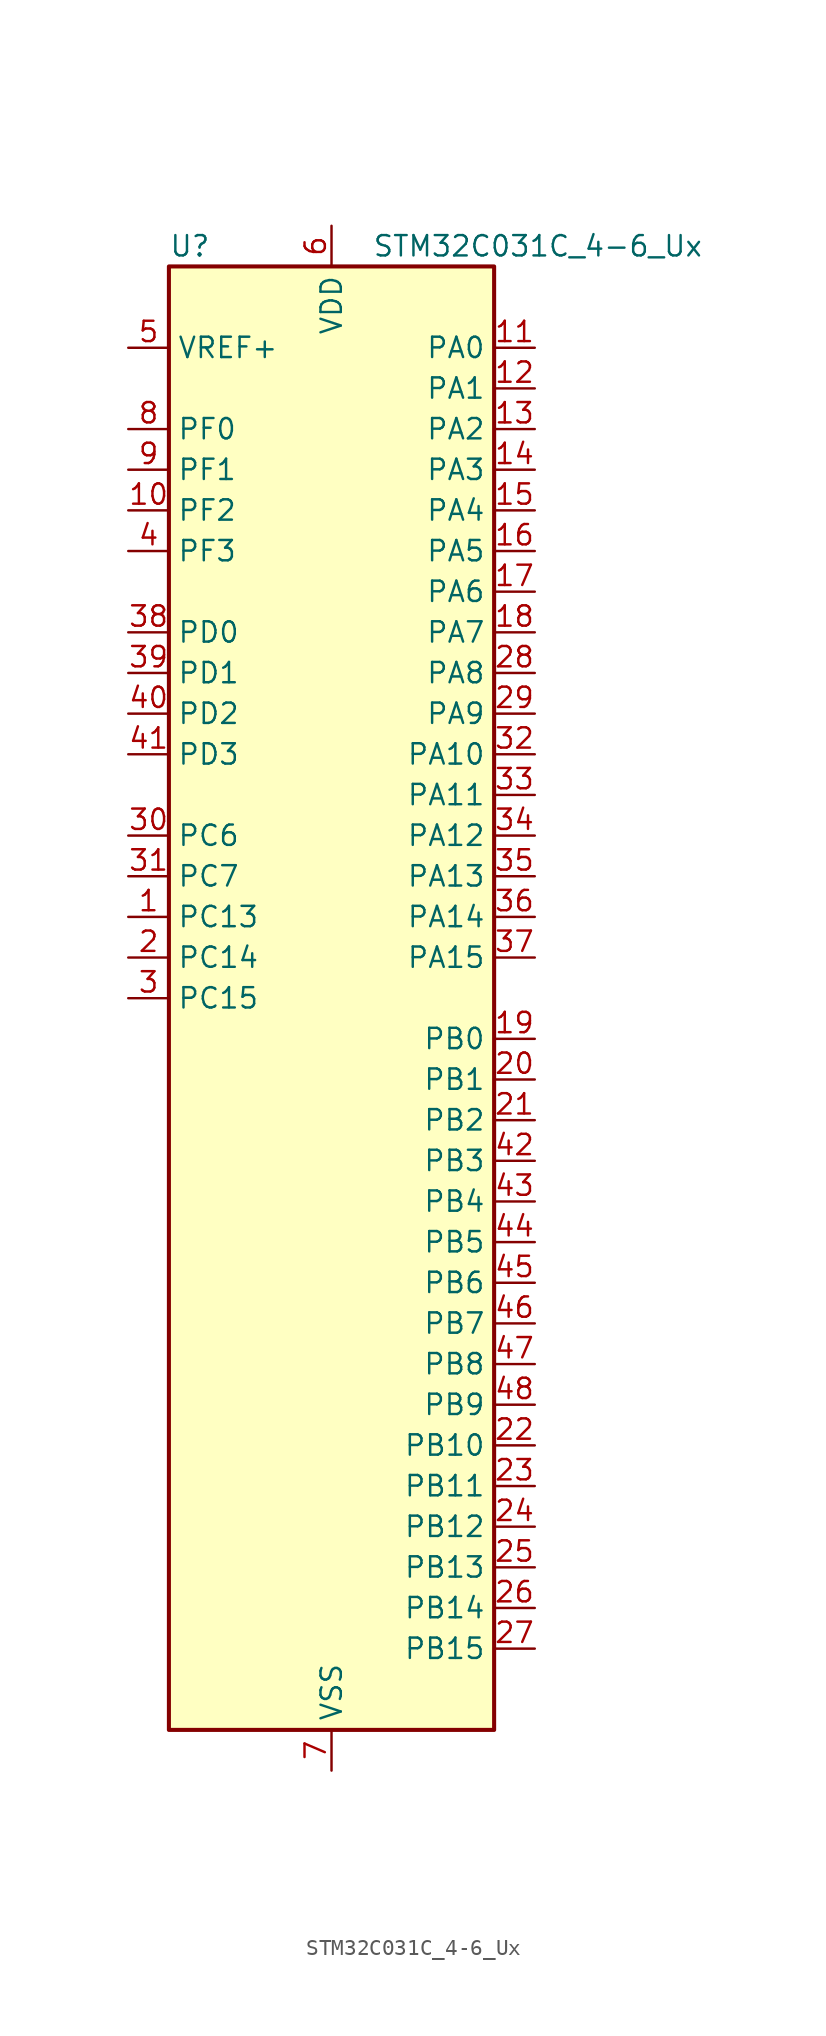
<source format=kicad_sym>
(kicad_symbol_lib
  (version 20241209)
  (generator "kicad_symbol_editor")
  (generator_version "9.0")
  (symbol "STM32C031C_4-6_Ux"
    (property "Reference" "U"
      (at -10.16 46.99 0)
      (effects (font (size 1.27 1.27)) (justify left)))
    (property "Value" "STM32C031C_4-6_Ux"
      (at 2.54 46.99 0)
      (effects (font (size 1.27 1.27)) (justify left)))
    (symbol "STM32C031C_4-6_Ux_0_1"
      (rectangle (start -10.16 -45.72) (end 10.16 45.72) (stroke (width 0.254) (type default)) (fill (type background))))
    (symbol "STM32C031C_4-6_Ux_1_1"
      (pin input line (at -12.7 40.64 0) (length 2.54) (name "VREF+" (effects (font (size 1.27 1.27)))) (number "5" (effects (font (size 1.27 1.27)))))
      (pin bidirectional line (at -12.7 35.56 0) (length 2.54) (name "PF0" (effects (font (size 1.27 1.27)))) (number "8" (effects (font (size 1.27 1.27)))) (alternate "RCC_OSC_IN" bidirectional line) (alternate "TIM14_CH1" bidirectional line))
      (pin bidirectional line (at -12.7 33.02 0) (length 2.54) (name "PF1" (effects (font (size 1.27 1.27)))) (number "9" (effects (font (size 1.27 1.27)))) (alternate "RCC_OSC_EN" bidirectional line) (alternate "RCC_OSC_OUT" bidirectional line))
      (pin bidirectional line (at -12.7 30.48 0) (length 2.54) (name "PF2" (effects (font (size 1.27 1.27)))) (number "10" (effects (font (size 1.27 1.27)))) (alternate "RCC_MCO" bidirectional line) (alternate "TIM1_CH4" bidirectional line))
      (pin bidirectional line (at -12.7 27.94 0) (length 2.54) (name "PF3" (effects (font (size 1.27 1.27)))) (number "4" (effects (font (size 1.27 1.27)))))
      (pin bidirectional line (at -12.7 22.86 0) (length 2.54) (name "PD0" (effects (font (size 1.27 1.27)))) (number "38" (effects (font (size 1.27 1.27)))) (alternate "TIM16_CH1" bidirectional line))
      (pin bidirectional line (at -12.7 20.32 0) (length 2.54) (name "PD1" (effects (font (size 1.27 1.27)))) (number "39" (effects (font (size 1.27 1.27)))) (alternate "TIM17_CH1" bidirectional line))
      (pin bidirectional line (at -12.7 17.78 0) (length 2.54) (name "PD2" (effects (font (size 1.27 1.27)))) (number "40" (effects (font (size 1.27 1.27)))) (alternate "TIM1_CH1N" bidirectional line) (alternate "TIM3_ETR" bidirectional line))
      (pin bidirectional line (at -12.7 15.24 0) (length 2.54) (name "PD3" (effects (font (size 1.27 1.27)))) (number "41" (effects (font (size 1.27 1.27)))) (alternate "TIM1_CH2N" bidirectional line) (alternate "USART2_CTS" bidirectional line) (alternate "USART2_NSS" bidirectional line))
      (pin bidirectional line (at -12.7 10.16 0) (length 2.54) (name "PC6" (effects (font (size 1.27 1.27)))) (number "30" (effects (font (size 1.27 1.27)))) (alternate "TIM3_CH1" bidirectional line))
      (pin bidirectional line (at -12.7 7.62 0) (length 2.54) (name "PC7" (effects (font (size 1.27 1.27)))) (number "31" (effects (font (size 1.27 1.27)))) (alternate "TIM3_CH2" bidirectional line))
      (pin bidirectional line (at -12.7 5.08 0) (length 2.54) (name "PC13" (effects (font (size 1.27 1.27)))) (number "1" (effects (font (size 1.27 1.27)))) (alternate "PWR_WKUP2" bidirectional line) (alternate "RTC_OUT1" bidirectional line) (alternate "RTC_TS" bidirectional line) (alternate "TIM1_BKIN" bidirectional line) (alternate "TIM1_ETR" bidirectional line))
      (pin bidirectional line (at -12.7 2.54 0) (length 2.54) (name "PC14" (effects (font (size 1.27 1.27)))) (number "2" (effects (font (size 1.27 1.27)))) (alternate "I2C1_SDA" bidirectional line) (alternate "IR_OUT" bidirectional line) (alternate "RCC_OSCX_IN" bidirectional line) (alternate "TIM17_CH1" bidirectional line) (alternate "TIM1_BKIN2" bidirectional line) (alternate "TIM1_ETR" bidirectional line) (alternate "TIM3_CH2" bidirectional line) (alternate "USART1_TX" bidirectional line) (alternate "USART2_CK" bidirectional line) (alternate "USART2_DE" bidirectional line) (alternate "USART2_RTS" bidirectional line))
      (pin bidirectional line (at -12.7 0 0) (length 2.54) (name "PC15" (effects (font (size 1.27 1.27)))) (number "3" (effects (font (size 1.27 1.27)))) (alternate "RCC_OSC32_EN" bidirectional line) (alternate "RCC_OSCX_OUT" bidirectional line) (alternate "RCC_OSC_EN" bidirectional line) (alternate "TIM1_ETR" bidirectional line) (alternate "TIM3_CH3" bidirectional line))
      (pin power_in line (at 0 48.26 270) (length 2.54) (name "VDD" (effects (font (size 1.27 1.27)))) (number "6" (effects (font (size 1.27 1.27)))))
      (pin passive line (at 0 -48.26 90) (length 2.54) (hide yes) (name "VSS" (effects (font (size 1.27 1.27)))) (number "49" (effects (font (size 1.27 1.27)))))
      (pin power_in line (at 0 -48.26 90) (length 2.54) (name "VSS" (effects (font (size 1.27 1.27)))) (number "7" (effects (font (size 1.27 1.27)))))
      (pin bidirectional line (at 12.7 40.64 180) (length 2.54) (name "PA0" (effects (font (size 1.27 1.27)))) (number "11" (effects (font (size 1.27 1.27)))) (alternate "ADC1_IN0" bidirectional line) (alternate "PWR_WKUP1" bidirectional line) (alternate "TIM16_CH1" bidirectional line) (alternate "TIM1_CH1" bidirectional line) (alternate "USART1_TX" bidirectional line) (alternate "USART2_CTS" bidirectional line) (alternate "USART2_NSS" bidirectional line))
      (pin bidirectional line (at 12.7 38.1 180) (length 2.54) (name "PA1" (effects (font (size 1.27 1.27)))) (number "12" (effects (font (size 1.27 1.27)))) (alternate "ADC1_IN1" bidirectional line) (alternate "I2C1_SMBA" bidirectional line) (alternate "I2S1_CK" bidirectional line) (alternate "SPI1_SCK" bidirectional line) (alternate "TIM17_CH1" bidirectional line) (alternate "TIM1_CH2" bidirectional line) (alternate "USART1_RX" bidirectional line) (alternate "USART2_CK" bidirectional line) (alternate "USART2_DE" bidirectional line) (alternate "USART2_RTS" bidirectional line))
      (pin bidirectional line (at 12.7 35.56 180) (length 2.54) (name "PA2" (effects (font (size 1.27 1.27)))) (number "13" (effects (font (size 1.27 1.27)))) (alternate "ADC1_IN2" bidirectional line) (alternate "I2S1_SD" bidirectional line) (alternate "PWR_WKUP4" bidirectional line) (alternate "RCC_LSCO" bidirectional line) (alternate "SPI1_MOSI" bidirectional line) (alternate "TIM16_CH1N" bidirectional line) (alternate "TIM1_CH3" bidirectional line) (alternate "TIM3_ETR" bidirectional line) (alternate "USART2_TX" bidirectional line))
      (pin bidirectional line (at 12.7 33.02 180) (length 2.54) (name "PA3" (effects (font (size 1.27 1.27)))) (number "14" (effects (font (size 1.27 1.27)))) (alternate "ADC1_IN3" bidirectional line) (alternate "TIM1_CH1N" bidirectional line) (alternate "TIM1_CH4" bidirectional line) (alternate "USART2_RX" bidirectional line))
      (pin bidirectional line (at 12.7 30.48 180) (length 2.54) (name "PA4" (effects (font (size 1.27 1.27)))) (number "15" (effects (font (size 1.27 1.27)))) (alternate "ADC1_IN4" bidirectional line) (alternate "I2S1_WS" bidirectional line) (alternate "RTC_OUT2" bidirectional line) (alternate "SPI1_NSS" bidirectional line) (alternate "TIM14_CH1" bidirectional line) (alternate "TIM17_CH1N" bidirectional line) (alternate "TIM1_CH2N" bidirectional line) (alternate "USART2_TX" bidirectional line))
      (pin bidirectional line (at 12.7 27.94 180) (length 2.54) (name "PA5" (effects (font (size 1.27 1.27)))) (number "16" (effects (font (size 1.27 1.27)))) (alternate "ADC1_IN5" bidirectional line) (alternate "I2S1_CK" bidirectional line) (alternate "SPI1_SCK" bidirectional line) (alternate "TIM1_CH1" bidirectional line) (alternate "TIM1_CH3N" bidirectional line) (alternate "USART2_RX" bidirectional line))
      (pin bidirectional line (at 12.7 25.4 180) (length 2.54) (name "PA6" (effects (font (size 1.27 1.27)))) (number "17" (effects (font (size 1.27 1.27)))) (alternate "ADC1_IN6" bidirectional line) (alternate "I2S1_MCK" bidirectional line) (alternate "SPI1_MISO" bidirectional line) (alternate "TIM16_CH1" bidirectional line) (alternate "TIM1_BKIN" bidirectional line) (alternate "TIM3_CH1" bidirectional line))
      (pin bidirectional line (at 12.7 22.86 180) (length 2.54) (name "PA7" (effects (font (size 1.27 1.27)))) (number "18" (effects (font (size 1.27 1.27)))) (alternate "ADC1_IN7" bidirectional line) (alternate "I2S1_SD" bidirectional line) (alternate "SPI1_MOSI" bidirectional line) (alternate "TIM14_CH1" bidirectional line) (alternate "TIM17_CH1" bidirectional line) (alternate "TIM1_CH1N" bidirectional line) (alternate "TIM3_CH2" bidirectional line))
      (pin bidirectional line (at 12.7 20.32 180) (length 2.54) (name "PA8" (effects (font (size 1.27 1.27)))) (number "28" (effects (font (size 1.27 1.27)))) (alternate "ADC1_IN8" bidirectional line) (alternate "I2S1_WS" bidirectional line) (alternate "RCC_MCO" bidirectional line) (alternate "RCC_MCO_2" bidirectional line) (alternate "SPI1_NSS" bidirectional line) (alternate "TIM14_CH1" bidirectional line) (alternate "TIM1_CH1" bidirectional line) (alternate "TIM1_CH2N" bidirectional line) (alternate "TIM1_CH3N" bidirectional line) (alternate "TIM3_CH3" bidirectional line) (alternate "TIM3_CH4" bidirectional line) (alternate "USART1_RX" bidirectional line) (alternate "USART2_TX" bidirectional line))
      (pin bidirectional line (at 12.7 17.78 180) (length 2.54) (name "PA9" (effects (font (size 1.27 1.27)))) (number "29" (effects (font (size 1.27 1.27)))) (alternate "I2C1_SCL" bidirectional line) (alternate "RCC_MCO" bidirectional line) (alternate "TIM1_CH2" bidirectional line) (alternate "TIM3_ETR" bidirectional line) (alternate "USART1_TX" bidirectional line))
      (pin bidirectional line (at 12.7 15.24 180) (length 2.54) (name "PA10" (effects (font (size 1.27 1.27)))) (number "32" (effects (font (size 1.27 1.27)))) (alternate "I2C1_SDA" bidirectional line) (alternate "RCC_MCO_2" bidirectional line) (alternate "TIM17_BKIN" bidirectional line) (alternate "TIM1_CH3" bidirectional line) (alternate "USART1_RX" bidirectional line))
      (pin bidirectional line (at 12.7 12.7 180) (length 2.54) (name "PA11" (effects (font (size 1.27 1.27)))) (number "33" (effects (font (size 1.27 1.27)))) (alternate "ADC1_EXTI11" bidirectional line) (alternate "ADC1_IN11" bidirectional line) (alternate "I2S1_MCK" bidirectional line) (alternate "SPI1_MISO" bidirectional line) (alternate "TIM1_BKIN2" bidirectional line) (alternate "TIM1_CH4" bidirectional line) (alternate "USART1_CTS" bidirectional line) (alternate "USART1_NSS" bidirectional line))
      (pin bidirectional line (at 12.7 10.16 180) (length 2.54) (name "PA12" (effects (font (size 1.27 1.27)))) (number "34" (effects (font (size 1.27 1.27)))) (alternate "ADC1_IN12" bidirectional line) (alternate "I2S1_SD" bidirectional line) (alternate "I2S_CKIN" bidirectional line) (alternate "SPI1_MOSI" bidirectional line) (alternate "TIM1_ETR" bidirectional line) (alternate "USART1_CK" bidirectional line) (alternate "USART1_DE" bidirectional line) (alternate "USART1_RTS" bidirectional line))
      (pin bidirectional line (at 12.7 7.62 180) (length 2.54) (name "PA13" (effects (font (size 1.27 1.27)))) (number "35" (effects (font (size 1.27 1.27)))) (alternate "ADC1_IN13" bidirectional line) (alternate "DEBUG_SWDIO" bidirectional line) (alternate "IR_OUT" bidirectional line) (alternate "TIM3_ETR" bidirectional line) (alternate "USART2_RX" bidirectional line))
      (pin bidirectional line (at 12.7 5.08 180) (length 2.54) (name "PA14" (effects (font (size 1.27 1.27)))) (number "36" (effects (font (size 1.27 1.27)))) (alternate "ADC1_IN14" bidirectional line) (alternate "DEBUG_SWCLK" bidirectional line) (alternate "I2S1_WS" bidirectional line) (alternate "RCC_MCO_2" bidirectional line) (alternate "SPI1_NSS" bidirectional line) (alternate "TIM1_CH1" bidirectional line) (alternate "USART1_CK" bidirectional line) (alternate "USART1_DE" bidirectional line) (alternate "USART1_RTS" bidirectional line) (alternate "USART2_RX" bidirectional line) (alternate "USART2_TX" bidirectional line))
      (pin bidirectional line (at 12.7 2.54 180) (length 2.54) (name "PA15" (effects (font (size 1.27 1.27)))) (number "37" (effects (font (size 1.27 1.27)))) (alternate "I2S1_WS" bidirectional line) (alternate "RCC_MCO_2" bidirectional line) (alternate "SPI1_NSS" bidirectional line) (alternate "TIM1_CH1" bidirectional line) (alternate "USART1_CK" bidirectional line) (alternate "USART1_DE" bidirectional line) (alternate "USART1_RTS" bidirectional line) (alternate "USART2_RX" bidirectional line))
      (pin bidirectional line (at 12.7 -2.54 180) (length 2.54) (name "PB0" (effects (font (size 1.27 1.27)))) (number "19" (effects (font (size 1.27 1.27)))) (alternate "ADC1_IN17" bidirectional line) (alternate "I2S1_WS" bidirectional line) (alternate "SPI1_NSS" bidirectional line) (alternate "TIM1_CH2N" bidirectional line) (alternate "TIM3_CH3" bidirectional line))
      (pin bidirectional line (at 12.7 -5.08 180) (length 2.54) (name "PB1" (effects (font (size 1.27 1.27)))) (number "20" (effects (font (size 1.27 1.27)))) (alternate "ADC1_IN18" bidirectional line) (alternate "TIM14_CH1" bidirectional line) (alternate "TIM1_CH2N" bidirectional line) (alternate "TIM1_CH3N" bidirectional line) (alternate "TIM3_CH4" bidirectional line))
      (pin bidirectional line (at 12.7 -7.62 180) (length 2.54) (name "PB2" (effects (font (size 1.27 1.27)))) (number "21" (effects (font (size 1.27 1.27)))) (alternate "ADC1_IN19" bidirectional line) (alternate "RCC_MCO_2" bidirectional line) (alternate "USART1_RX" bidirectional line))
      (pin bidirectional line (at 12.7 -10.16 180) (length 2.54) (name "PB3" (effects (font (size 1.27 1.27)))) (number "42" (effects (font (size 1.27 1.27)))) (alternate "I2S1_CK" bidirectional line) (alternate "SPI1_SCK" bidirectional line) (alternate "TIM1_CH2" bidirectional line) (alternate "TIM3_CH2" bidirectional line) (alternate "USART1_CK" bidirectional line) (alternate "USART1_DE" bidirectional line) (alternate "USART1_RTS" bidirectional line))
      (pin bidirectional line (at 12.7 -12.7 180) (length 2.54) (name "PB4" (effects (font (size 1.27 1.27)))) (number "43" (effects (font (size 1.27 1.27)))) (alternate "I2S1_MCK" bidirectional line) (alternate "SPI1_MISO" bidirectional line) (alternate "TIM17_BKIN" bidirectional line) (alternate "TIM3_CH1" bidirectional line) (alternate "USART1_CTS" bidirectional line) (alternate "USART1_NSS" bidirectional line))
      (pin bidirectional line (at 12.7 -15.24 180) (length 2.54) (name "PB5" (effects (font (size 1.27 1.27)))) (number "44" (effects (font (size 1.27 1.27)))) (alternate "I2C1_SMBA" bidirectional line) (alternate "I2S1_SD" bidirectional line) (alternate "PWR_WKUP6" bidirectional line) (alternate "SPI1_MOSI" bidirectional line) (alternate "TIM16_BKIN" bidirectional line) (alternate "TIM3_CH2" bidirectional line) (alternate "TIM3_CH3" bidirectional line))
      (pin bidirectional line (at 12.7 -17.78 180) (length 2.54) (name "PB6" (effects (font (size 1.27 1.27)))) (number "45" (effects (font (size 1.27 1.27)))) (alternate "I2C1_SCL" bidirectional line) (alternate "I2C1_SMBA" bidirectional line) (alternate "I2S1_CK" bidirectional line) (alternate "I2S1_MCK" bidirectional line) (alternate "I2S1_SD" bidirectional line) (alternate "PWR_WKUP3" bidirectional line) (alternate "SPI1_MISO" bidirectional line) (alternate "SPI1_MOSI" bidirectional line) (alternate "SPI1_SCK" bidirectional line) (alternate "TIM16_BKIN" bidirectional line) (alternate "TIM16_CH1N" bidirectional line) (alternate "TIM17_BKIN" bidirectional line) (alternate "TIM1_CH2" bidirectional line) (alternate "TIM1_CH3" bidirectional line) (alternate "TIM3_CH1" bidirectional line) (alternate "TIM3_CH2" bidirectional line) (alternate "TIM3_CH3" bidirectional line) (alternate "USART1_CK" bidirectional line) (alternate "USART1_CTS" bidirectional line) (alternate "USART1_DE" bidirectional line) (alternate "USART1_NSS" bidirectional line) (alternate "USART1_RTS" bidirectional line) (alternate "USART1_TX" bidirectional line))
      (pin bidirectional line (at 12.7 -20.32 180) (length 2.54) (name "PB7" (effects (font (size 1.27 1.27)))) (number "46" (effects (font (size 1.27 1.27)))) (alternate "I2C1_SCL" bidirectional line) (alternate "I2C1_SDA" bidirectional line) (alternate "TIM16_CH1" bidirectional line) (alternate "TIM17_CH1N" bidirectional line) (alternate "TIM1_CH4" bidirectional line) (alternate "TIM3_CH1" bidirectional line) (alternate "TIM3_CH4" bidirectional line) (alternate "USART1_RX" bidirectional line) (alternate "USART2_CTS" bidirectional line) (alternate "USART2_NSS" bidirectional line))
      (pin bidirectional line (at 12.7 -22.86 180) (length 2.54) (name "PB8" (effects (font (size 1.27 1.27)))) (number "47" (effects (font (size 1.27 1.27)))) (alternate "I2C1_SCL" bidirectional line) (alternate "TIM16_CH1" bidirectional line) (alternate "TIM3_CH1" bidirectional line) (alternate "USART2_CTS" bidirectional line) (alternate "USART2_NSS" bidirectional line))
      (pin bidirectional line (at 12.7 -25.4 180) (length 2.54) (name "PB9" (effects (font (size 1.27 1.27)))) (number "48" (effects (font (size 1.27 1.27)))) (alternate "I2C1_SDA" bidirectional line) (alternate "IR_OUT" bidirectional line) (alternate "TIM17_CH1" bidirectional line) (alternate "TIM3_CH2" bidirectional line) (alternate "USART2_CK" bidirectional line) (alternate "USART2_DE" bidirectional line) (alternate "USART2_RTS" bidirectional line))
      (pin bidirectional line (at 12.7 -27.94 180) (length 2.54) (name "PB10" (effects (font (size 1.27 1.27)))) (number "22" (effects (font (size 1.27 1.27)))) (alternate "ADC1_IN20" bidirectional line))
      (pin bidirectional line (at 12.7 -30.48 180) (length 2.54) (name "PB11" (effects (font (size 1.27 1.27)))) (number "23" (effects (font (size 1.27 1.27)))) (alternate "ADC1_EXTI11" bidirectional line) (alternate "ADC1_IN21" bidirectional line))
      (pin bidirectional line (at 12.7 -33.02 180) (length 2.54) (name "PB12" (effects (font (size 1.27 1.27)))) (number "24" (effects (font (size 1.27 1.27)))) (alternate "ADC1_IN22" bidirectional line) (alternate "TIM1_BKIN" bidirectional line) (alternate "TIM1_BKIN2" bidirectional line))
      (pin bidirectional line (at 12.7 -35.56 180) (length 2.54) (name "PB13" (effects (font (size 1.27 1.27)))) (number "25" (effects (font (size 1.27 1.27)))) (alternate "TIM1_CH1N" bidirectional line))
      (pin bidirectional line (at 12.7 -38.1 180) (length 2.54) (name "PB14" (effects (font (size 1.27 1.27)))) (number "26" (effects (font (size 1.27 1.27)))) (alternate "TIM1_CH2N" bidirectional line))
      (pin bidirectional line (at 12.7 -40.64 180) (length 2.54) (name "PB15" (effects (font (size 1.27 1.27)))) (number "27" (effects (font (size 1.27 1.27)))) (alternate "RTC_REFIN" bidirectional line) (alternate "TIM1_CH3N" bidirectional line)))))
</source>
